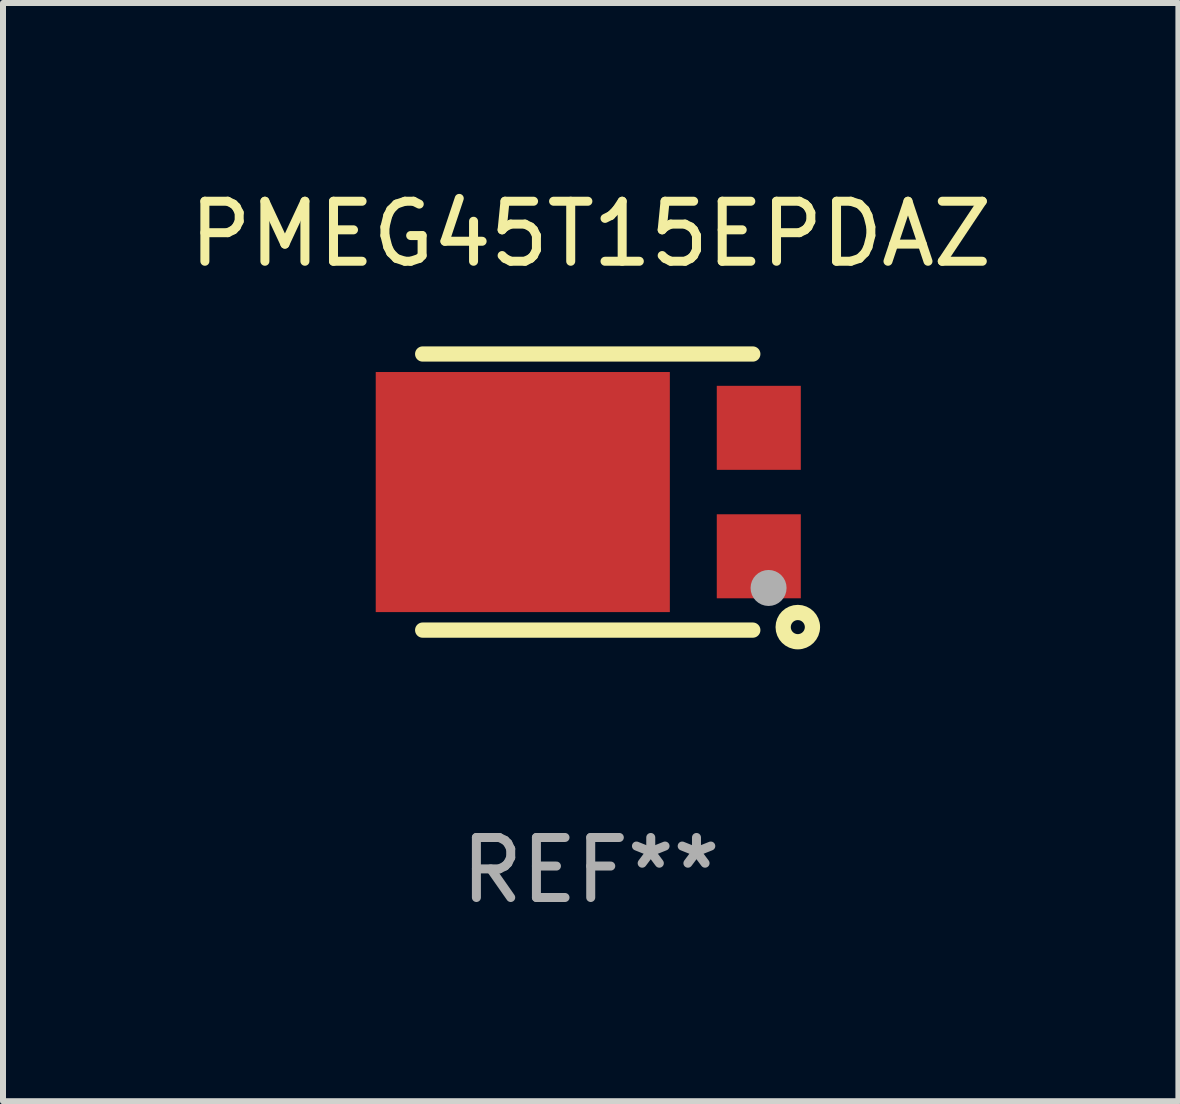
<source format=kicad_pcb>
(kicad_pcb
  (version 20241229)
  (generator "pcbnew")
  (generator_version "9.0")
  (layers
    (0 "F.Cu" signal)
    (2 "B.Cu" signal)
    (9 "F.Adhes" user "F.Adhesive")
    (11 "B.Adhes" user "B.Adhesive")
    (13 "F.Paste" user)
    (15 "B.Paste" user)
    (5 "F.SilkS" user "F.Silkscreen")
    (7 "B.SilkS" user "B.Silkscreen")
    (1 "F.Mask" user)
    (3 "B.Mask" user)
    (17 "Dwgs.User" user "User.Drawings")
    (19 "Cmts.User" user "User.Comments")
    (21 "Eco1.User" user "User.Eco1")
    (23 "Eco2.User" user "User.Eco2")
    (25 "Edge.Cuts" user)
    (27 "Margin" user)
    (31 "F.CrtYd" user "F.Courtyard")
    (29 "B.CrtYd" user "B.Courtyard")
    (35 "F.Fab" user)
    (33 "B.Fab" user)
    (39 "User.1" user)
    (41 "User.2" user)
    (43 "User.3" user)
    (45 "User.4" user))
  (footprint "PMEG45T15EPDAZ"
    (layer "F.Cu")
    (at 6.792 5.148)
    (property "Reference" "PMEG45T15EPDAZ" (at 0 -4.3 0) (layer "F.SilkS") (effects (font (size 1 1) (thickness 0.15))))
    (attr through_hole)
    (fp_line (start -2.8 2.3) (end 2.7 2.3) (stroke (width 0.254) (type solid)) (layer "F.SilkS"))
    (fp_line (start 2.7 -2.3) (end -2.8 -2.3) (stroke (width 0.254) (type solid)) (layer "F.SilkS"))
    (fp_circle (center 3.2 2.15) (end 3.23 2.15) (stroke (width 0.06) (type solid)) (fill no) (layer "F.SilkS"))
    (fp_circle (center 3.45 2.25) (end 3.567 2.25) (stroke (width 0.254) (type solid)) (fill no) (layer "F.SilkS"))
    (fp_circle (center 2.963 1.598) (end 3.113 1.598) (stroke (width 0.3) (type solid)) (fill no) (layer "F.Fab"))
    (fp_text user "REF**" (at 0 6.3 0) (layer "F.Fab") (effects (font (size 1 1) (thickness 0.15))))
    (pad "1" smd rect (at 2.8 1.07 90) (size 1.4 1.4) (layers "F.Cu" "F.Mask" "F.Paste"))
    (pad "2" smd rect (at 2.8 -1.07 90) (size 1.4 1.4) (layers "F.Cu" "F.Mask" "F.Paste"))
    (pad "3" smd rect (at -1.132 0 90) (size 4 4.9) (layers "F.Cu" "F.Mask" "F.Paste")))
  (gr_rect
    (start -3 -3)
    (end 16.583 15.297)
    (stroke (width 0.1) (type default))
    (fill no)
    (layer "Edge.Cuts")))
</source>
